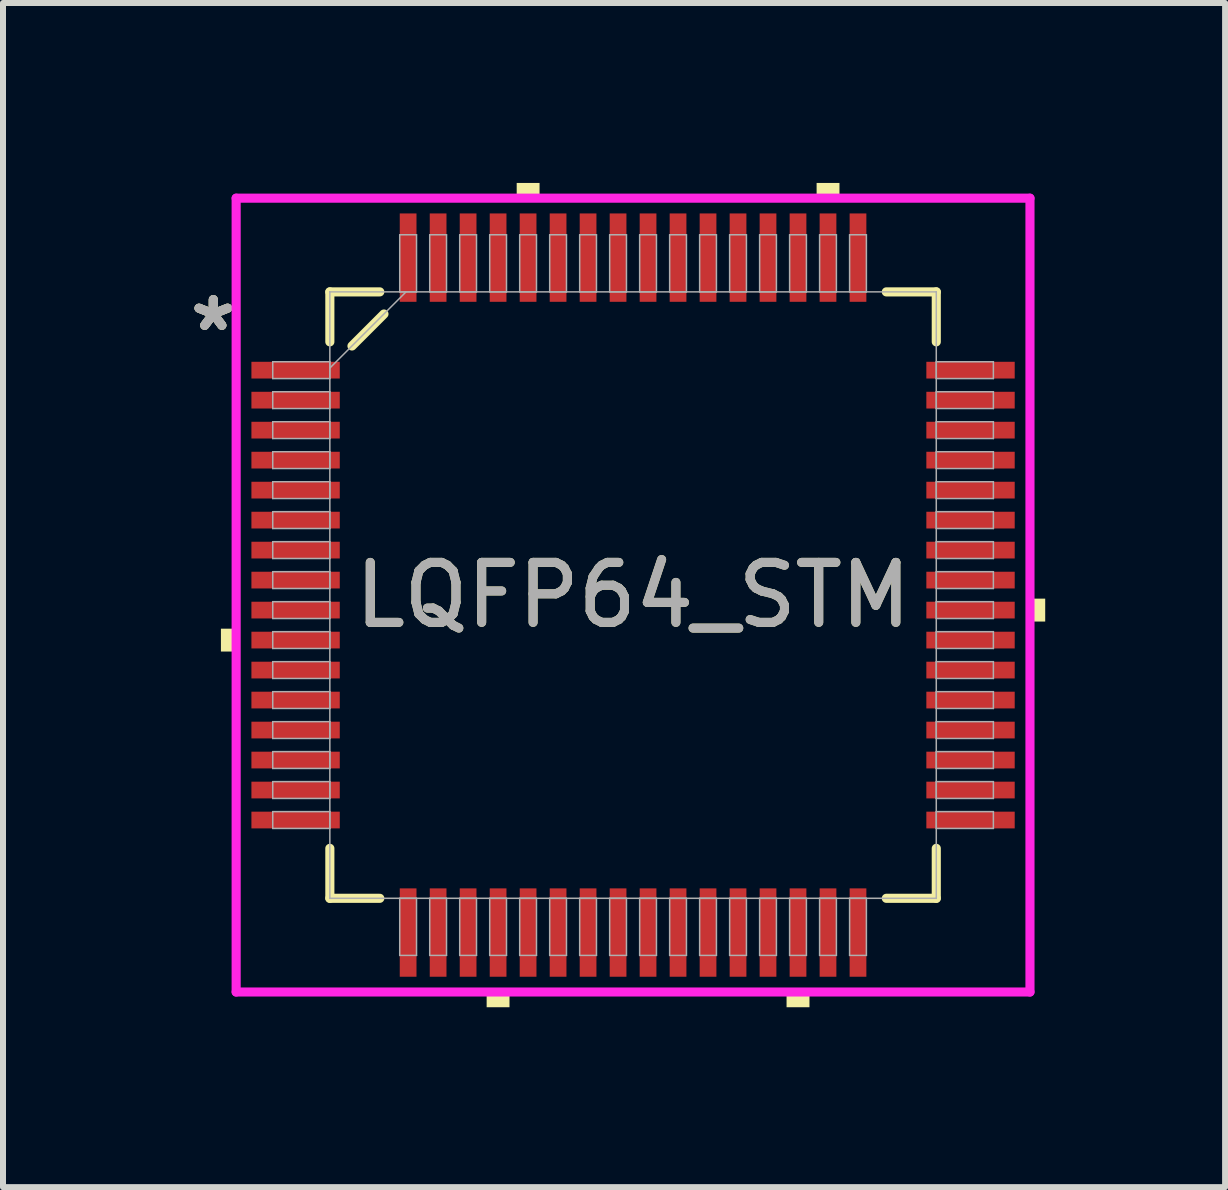
<source format=kicad_pcb>
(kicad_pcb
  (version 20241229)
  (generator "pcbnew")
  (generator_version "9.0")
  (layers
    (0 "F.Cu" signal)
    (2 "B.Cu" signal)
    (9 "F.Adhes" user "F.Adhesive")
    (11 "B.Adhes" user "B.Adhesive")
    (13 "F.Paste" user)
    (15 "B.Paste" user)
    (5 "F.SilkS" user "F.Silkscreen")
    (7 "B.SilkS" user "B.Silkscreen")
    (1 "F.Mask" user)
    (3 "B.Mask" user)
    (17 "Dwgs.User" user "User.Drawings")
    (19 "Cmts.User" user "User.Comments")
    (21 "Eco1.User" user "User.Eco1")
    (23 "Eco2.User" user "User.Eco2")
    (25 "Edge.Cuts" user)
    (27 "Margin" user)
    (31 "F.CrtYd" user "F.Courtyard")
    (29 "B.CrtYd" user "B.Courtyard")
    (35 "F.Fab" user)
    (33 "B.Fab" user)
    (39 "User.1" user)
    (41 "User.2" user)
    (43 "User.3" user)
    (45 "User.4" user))
  (footprint "LQFP64_STM"
    (layer "F.Cu")
    (at 7.504 6.871)
    (property "Reference" "LQFP64_STM" (at 0 0 0) (unlocked yes) (layer "F.SilkS") (effects (font (size 1 1) (thickness 0.15))))
    (attr smd)
    (fp_line (start -5.055 -5.055) (end -5.055 -4.222) (stroke (width 0.152) (type solid)) (layer "F.SilkS"))
    (fp_line (start -5.055 4.222) (end -5.055 5.055) (stroke (width 0.152) (type solid)) (layer "F.SilkS"))
    (fp_line (start -5.055 5.055) (end -4.222 5.055) (stroke (width 0.152) (type solid)) (layer "F.SilkS"))
    (fp_line (start -4.686 -4.153) (end -4.153 -4.686) (stroke (width 0.152) (type solid)) (layer "F.SilkS"))
    (fp_line (start -4.222 -5.055) (end -5.055 -5.055) (stroke (width 0.152) (type solid)) (layer "F.SilkS"))
    (fp_line (start 4.222 5.055) (end 5.055 5.055) (stroke (width 0.152) (type solid)) (layer "F.SilkS"))
    (fp_line (start 5.055 -5.055) (end 4.222 -5.055) (stroke (width 0.152) (type solid)) (layer "F.SilkS"))
    (fp_line (start 5.055 -4.222) (end 5.055 -5.055) (stroke (width 0.152) (type solid)) (layer "F.SilkS"))
    (fp_line (start 5.055 5.055) (end 5.055 4.222) (stroke (width 0.152) (type solid)) (layer "F.SilkS"))
    (fp_poly (pts (xy -6.871 0.56) (xy -6.871 0.941) (xy -6.617 0.941) (xy -6.617 0.56)) (stroke (width 0) (type solid)) (fill yes) (layer "F.SilkS"))
    (fp_poly (pts (xy -2.441 6.617) (xy -2.441 6.871) (xy -2.06 6.871) (xy -2.06 6.617)) (stroke (width 0) (type solid)) (fill yes) (layer "F.SilkS"))
    (fp_poly (pts (xy -1.94 -6.617) (xy -1.94 -6.871) (xy -1.559 -6.871) (xy -1.559 -6.617)) (stroke (width 0) (type solid)) (fill yes) (layer "F.SilkS"))
    (fp_poly (pts (xy 2.559 6.617) (xy 2.559 6.871) (xy 2.941 6.871) (xy 2.941 6.617)) (stroke (width 0) (type solid)) (fill yes) (layer "F.SilkS"))
    (fp_poly (pts (xy 3.06 -6.617) (xy 3.06 -6.871) (xy 3.441 -6.871) (xy 3.441 -6.617)) (stroke (width 0) (type solid)) (fill yes) (layer "F.SilkS"))
    (fp_poly (pts (xy 6.871 0.059) (xy 6.871 0.441) (xy 6.617 0.441) (xy 6.617 0.059)) (stroke (width 0) (type solid)) (fill yes) (layer "F.SilkS"))
    (fp_line (start -6.617 -6.617) (end 6.617 -6.617) (stroke (width 0.152) (type solid)) (layer "F.CrtYd"))
    (fp_line (start -6.617 6.617) (end -6.617 -6.617) (stroke (width 0.152) (type solid)) (layer "F.CrtYd"))
    (fp_line (start 6.617 -6.617) (end 6.617 6.617) (stroke (width 0.152) (type solid)) (layer "F.CrtYd"))
    (fp_line (start 6.617 6.617) (end -6.617 6.617) (stroke (width 0.152) (type solid)) (layer "F.CrtYd"))
    (fp_line (start -6.007 -3.89) (end -6.007 -3.61) (stroke (width 0.025) (type solid)) (layer "F.Fab"))
    (fp_line (start -6.007 -3.61) (end -5.055 -3.61) (stroke (width 0.025) (type solid)) (layer "F.Fab"))
    (fp_line (start -6.007 -3.39) (end -6.007 -3.11) (stroke (width 0.025) (type solid)) (layer "F.Fab"))
    (fp_line (start -6.007 -3.11) (end -5.055 -3.11) (stroke (width 0.025) (type solid)) (layer "F.Fab"))
    (fp_line (start -6.007 -2.89) (end -6.007 -2.61) (stroke (width 0.025) (type solid)) (layer "F.Fab"))
    (fp_line (start -6.007 -2.61) (end -5.055 -2.61) (stroke (width 0.025) (type solid)) (layer "F.Fab"))
    (fp_line (start -6.007 -2.39) (end -6.007 -2.11) (stroke (width 0.025) (type solid)) (layer "F.Fab"))
    (fp_line (start -6.007 -2.11) (end -5.055 -2.11) (stroke (width 0.025) (type solid)) (layer "F.Fab"))
    (fp_line (start -6.007 -1.89) (end -6.007 -1.61) (stroke (width 0.025) (type solid)) (layer "F.Fab"))
    (fp_line (start -6.007 -1.61) (end -5.055 -1.61) (stroke (width 0.025) (type solid)) (layer "F.Fab"))
    (fp_line (start -6.007 -1.39) (end -6.007 -1.11) (stroke (width 0.025) (type solid)) (layer "F.Fab"))
    (fp_line (start -6.007 -1.11) (end -5.055 -1.11) (stroke (width 0.025) (type solid)) (layer "F.Fab"))
    (fp_line (start -6.007 -0.89) (end -6.007 -0.61) (stroke (width 0.025) (type solid)) (layer "F.Fab"))
    (fp_line (start -6.007 -0.61) (end -5.055 -0.61) (stroke (width 0.025) (type solid)) (layer "F.Fab"))
    (fp_line (start -6.007 -0.39) (end -6.007 -0.11) (stroke (width 0.025) (type solid)) (layer "F.Fab"))
    (fp_line (start -6.007 -0.11) (end -5.055 -0.11) (stroke (width 0.025) (type solid)) (layer "F.Fab"))
    (fp_line (start -6.007 0.11) (end -6.007 0.39) (stroke (width 0.025) (type solid)) (layer "F.Fab"))
    (fp_line (start -6.007 0.39) (end -5.055 0.39) (stroke (width 0.025) (type solid)) (layer "F.Fab"))
    (fp_line (start -6.007 0.61) (end -6.007 0.89) (stroke (width 0.025) (type solid)) (layer "F.Fab"))
    (fp_line (start -6.007 0.89) (end -5.055 0.89) (stroke (width 0.025) (type solid)) (layer "F.Fab"))
    (fp_line (start -6.007 1.11) (end -6.007 1.39) (stroke (width 0.025) (type solid)) (layer "F.Fab"))
    (fp_line (start -6.007 1.39) (end -5.055 1.39) (stroke (width 0.025) (type solid)) (layer "F.Fab"))
    (fp_line (start -6.007 1.61) (end -6.007 1.89) (stroke (width 0.025) (type solid)) (layer "F.Fab"))
    (fp_line (start -6.007 1.89) (end -5.055 1.89) (stroke (width 0.025) (type solid)) (layer "F.Fab"))
    (fp_line (start -6.007 2.11) (end -6.007 2.39) (stroke (width 0.025) (type solid)) (layer "F.Fab"))
    (fp_line (start -6.007 2.39) (end -5.055 2.39) (stroke (width 0.025) (type solid)) (layer "F.Fab"))
    (fp_line (start -6.007 2.61) (end -6.007 2.89) (stroke (width 0.025) (type solid)) (layer "F.Fab"))
    (fp_line (start -6.007 2.89) (end -5.055 2.89) (stroke (width 0.025) (type solid)) (layer "F.Fab"))
    (fp_line (start -6.007 3.11) (end -6.007 3.39) (stroke (width 0.025) (type solid)) (layer "F.Fab"))
    (fp_line (start -6.007 3.39) (end -5.055 3.39) (stroke (width 0.025) (type solid)) (layer "F.Fab"))
    (fp_line (start -6.007 3.61) (end -6.007 3.89) (stroke (width 0.025) (type solid)) (layer "F.Fab"))
    (fp_line (start -6.007 3.89) (end -5.055 3.89) (stroke (width 0.025) (type solid)) (layer "F.Fab"))
    (fp_line (start -5.055 -5.055) (end -5.055 -5.055) (stroke (width 0.025) (type solid)) (layer "F.Fab"))
    (fp_line (start -5.055 -5.055) (end -5.055 5.055) (stroke (width 0.025) (type solid)) (layer "F.Fab"))
    (fp_line (start -5.055 -3.89) (end -6.007 -3.89) (stroke (width 0.025) (type solid)) (layer "F.Fab"))
    (fp_line (start -5.055 -3.785) (end -3.785 -5.055) (stroke (width 0.025) (type solid)) (layer "F.Fab"))
    (fp_line (start -5.055 -3.61) (end -5.055 -3.89) (stroke (width 0.025) (type solid)) (layer "F.Fab"))
    (fp_line (start -5.055 -3.39) (end -6.007 -3.39) (stroke (width 0.025) (type solid)) (layer "F.Fab"))
    (fp_line (start -5.055 -3.11) (end -5.055 -3.39) (stroke (width 0.025) (type solid)) (layer "F.Fab"))
    (fp_line (start -5.055 -2.89) (end -6.007 -2.89) (stroke (width 0.025) (type solid)) (layer "F.Fab"))
    (fp_line (start -5.055 -2.61) (end -5.055 -2.89) (stroke (width 0.025) (type solid)) (layer "F.Fab"))
    (fp_line (start -5.055 -2.39) (end -6.007 -2.39) (stroke (width 0.025) (type solid)) (layer "F.Fab"))
    (fp_line (start -5.055 -2.11) (end -5.055 -2.39) (stroke (width 0.025) (type solid)) (layer "F.Fab"))
    (fp_line (start -5.055 -1.89) (end -6.007 -1.89) (stroke (width 0.025) (type solid)) (layer "F.Fab"))
    (fp_line (start -5.055 -1.61) (end -5.055 -1.89) (stroke (width 0.025) (type solid)) (layer "F.Fab"))
    (fp_line (start -5.055 -1.39) (end -6.007 -1.39) (stroke (width 0.025) (type solid)) (layer "F.Fab"))
    (fp_line (start -5.055 -1.11) (end -5.055 -1.39) (stroke (width 0.025) (type solid)) (layer "F.Fab"))
    (fp_line (start -5.055 -0.89) (end -6.007 -0.89) (stroke (width 0.025) (type solid)) (layer "F.Fab"))
    (fp_line (start -5.055 -0.61) (end -5.055 -0.89) (stroke (width 0.025) (type solid)) (layer "F.Fab"))
    (fp_line (start -5.055 -0.39) (end -6.007 -0.39) (stroke (width 0.025) (type solid)) (layer "F.Fab"))
    (fp_line (start -5.055 -0.11) (end -5.055 -0.39) (stroke (width 0.025) (type solid)) (layer "F.Fab"))
    (fp_line (start -5.055 0.11) (end -6.007 0.11) (stroke (width 0.025) (type solid)) (layer "F.Fab"))
    (fp_line (start -5.055 0.39) (end -5.055 0.11) (stroke (width 0.025) (type solid)) (layer "F.Fab"))
    (fp_line (start -5.055 0.61) (end -6.007 0.61) (stroke (width 0.025) (type solid)) (layer "F.Fab"))
    (fp_line (start -5.055 0.89) (end -5.055 0.61) (stroke (width 0.025) (type solid)) (layer "F.Fab"))
    (fp_line (start -5.055 1.11) (end -6.007 1.11) (stroke (width 0.025) (type solid)) (layer "F.Fab"))
    (fp_line (start -5.055 1.39) (end -5.055 1.11) (stroke (width 0.025) (type solid)) (layer "F.Fab"))
    (fp_line (start -5.055 1.61) (end -6.007 1.61) (stroke (width 0.025) (type solid)) (layer "F.Fab"))
    (fp_line (start -5.055 1.89) (end -5.055 1.61) (stroke (width 0.025) (type solid)) (layer "F.Fab"))
    (fp_line (start -5.055 2.11) (end -6.007 2.11) (stroke (width 0.025) (type solid)) (layer "F.Fab"))
    (fp_line (start -5.055 2.39) (end -5.055 2.11) (stroke (width 0.025) (type solid)) (layer "F.Fab"))
    (fp_line (start -5.055 2.61) (end -6.007 2.61) (stroke (width 0.025) (type solid)) (layer "F.Fab"))
    (fp_line (start -5.055 2.89) (end -5.055 2.61) (stroke (width 0.025) (type solid)) (layer "F.Fab"))
    (fp_line (start -5.055 3.11) (end -6.007 3.11) (stroke (width 0.025) (type solid)) (layer "F.Fab"))
    (fp_line (start -5.055 3.39) (end -5.055 3.11) (stroke (width 0.025) (type solid)) (layer "F.Fab"))
    (fp_line (start -5.055 3.61) (end -6.007 3.61) (stroke (width 0.025) (type solid)) (layer "F.Fab"))
    (fp_line (start -5.055 3.89) (end -5.055 3.61) (stroke (width 0.025) (type solid)) (layer "F.Fab"))
    (fp_line (start -5.055 5.055) (end -5.055 5.055) (stroke (width 0.025) (type solid)) (layer "F.Fab"))
    (fp_line (start -5.055 5.055) (end 5.055 5.055) (stroke (width 0.025) (type solid)) (layer "F.Fab"))
    (fp_line (start -3.89 -6.007) (end -3.89 -5.055) (stroke (width 0.025) (type solid)) (layer "F.Fab"))
    (fp_line (start -3.89 -5.055) (end -3.61 -5.055) (stroke (width 0.025) (type solid)) (layer "F.Fab"))
    (fp_line (start -3.89 5.055) (end -3.89 6.007) (stroke (width 0.025) (type solid)) (layer "F.Fab"))
    (fp_line (start -3.89 6.007) (end -3.61 6.007) (stroke (width 0.025) (type solid)) (layer "F.Fab"))
    (fp_line (start -3.61 -6.007) (end -3.89 -6.007) (stroke (width 0.025) (type solid)) (layer "F.Fab"))
    (fp_line (start -3.61 -5.055) (end -3.61 -6.007) (stroke (width 0.025) (type solid)) (layer "F.Fab"))
    (fp_line (start -3.61 5.055) (end -3.89 5.055) (stroke (width 0.025) (type solid)) (layer "F.Fab"))
    (fp_line (start -3.61 6.007) (end -3.61 5.055) (stroke (width 0.025) (type solid)) (layer "F.Fab"))
    (fp_line (start -3.39 -6.007) (end -3.39 -5.055) (stroke (width 0.025) (type solid)) (layer "F.Fab"))
    (fp_line (start -3.39 -5.055) (end -3.11 -5.055) (stroke (width 0.025) (type solid)) (layer "F.Fab"))
    (fp_line (start -3.39 5.055) (end -3.39 6.007) (stroke (width 0.025) (type solid)) (layer "F.Fab"))
    (fp_line (start -3.39 6.007) (end -3.11 6.007) (stroke (width 0.025) (type solid)) (layer "F.Fab"))
    (fp_line (start -3.11 -6.007) (end -3.39 -6.007) (stroke (width 0.025) (type solid)) (layer "F.Fab"))
    (fp_line (start -3.11 -5.055) (end -3.11 -6.007) (stroke (width 0.025) (type solid)) (layer "F.Fab"))
    (fp_line (start -3.11 5.055) (end -3.39 5.055) (stroke (width 0.025) (type solid)) (layer "F.Fab"))
    (fp_line (start -3.11 6.007) (end -3.11 5.055) (stroke (width 0.025) (type solid)) (layer "F.Fab"))
    (fp_line (start -2.89 -6.007) (end -2.89 -5.055) (stroke (width 0.025) (type solid)) (layer "F.Fab"))
    (fp_line (start -2.89 -5.055) (end -2.61 -5.055) (stroke (width 0.025) (type solid)) (layer "F.Fab"))
    (fp_line (start -2.89 5.055) (end -2.89 6.007) (stroke (width 0.025) (type solid)) (layer "F.Fab"))
    (fp_line (start -2.89 6.007) (end -2.61 6.007) (stroke (width 0.025) (type solid)) (layer "F.Fab"))
    (fp_line (start -2.61 -6.007) (end -2.89 -6.007) (stroke (width 0.025) (type solid)) (layer "F.Fab"))
    (fp_line (start -2.61 -5.055) (end -2.61 -6.007) (stroke (width 0.025) (type solid)) (layer "F.Fab"))
    (fp_line (start -2.61 5.055) (end -2.89 5.055) (stroke (width 0.025) (type solid)) (layer "F.Fab"))
    (fp_line (start -2.61 6.007) (end -2.61 5.055) (stroke (width 0.025) (type solid)) (layer "F.Fab"))
    (fp_line (start -2.39 -6.007) (end -2.39 -5.055) (stroke (width 0.025) (type solid)) (layer "F.Fab"))
    (fp_line (start -2.39 -5.055) (end -2.11 -5.055) (stroke (width 0.025) (type solid)) (layer "F.Fab"))
    (fp_line (start -2.39 5.055) (end -2.39 6.007) (stroke (width 0.025) (type solid)) (layer "F.Fab"))
    (fp_line (start -2.39 6.007) (end -2.11 6.007) (stroke (width 0.025) (type solid)) (layer "F.Fab"))
    (fp_line (start -2.11 -6.007) (end -2.39 -6.007) (stroke (width 0.025) (type solid)) (layer "F.Fab"))
    (fp_line (start -2.11 -5.055) (end -2.11 -6.007) (stroke (width 0.025) (type solid)) (layer "F.Fab"))
    (fp_line (start -2.11 5.055) (end -2.39 5.055) (stroke (width 0.025) (type solid)) (layer "F.Fab"))
    (fp_line (start -2.11 6.007) (end -2.11 5.055) (stroke (width 0.025) (type solid)) (layer "F.Fab"))
    (fp_line (start -1.89 -6.007) (end -1.89 -5.055) (stroke (width 0.025) (type solid)) (layer "F.Fab"))
    (fp_line (start -1.89 -5.055) (end -1.61 -5.055) (stroke (width 0.025) (type solid)) (layer "F.Fab"))
    (fp_line (start -1.89 5.055) (end -1.89 6.007) (stroke (width 0.025) (type solid)) (layer "F.Fab"))
    (fp_line (start -1.89 6.007) (end -1.61 6.007) (stroke (width 0.025) (type solid)) (layer "F.Fab"))
    (fp_line (start -1.61 -6.007) (end -1.89 -6.007) (stroke (width 0.025) (type solid)) (layer "F.Fab"))
    (fp_line (start -1.61 -5.055) (end -1.61 -6.007) (stroke (width 0.025) (type solid)) (layer "F.Fab"))
    (fp_line (start -1.61 5.055) (end -1.89 5.055) (stroke (width 0.025) (type solid)) (layer "F.Fab"))
    (fp_line (start -1.61 6.007) (end -1.61 5.055) (stroke (width 0.025) (type solid)) (layer "F.Fab"))
    (fp_line (start -1.39 -6.007) (end -1.39 -5.055) (stroke (width 0.025) (type solid)) (layer "F.Fab"))
    (fp_line (start -1.39 -5.055) (end -1.11 -5.055) (stroke (width 0.025) (type solid)) (layer "F.Fab"))
    (fp_line (start -1.39 5.055) (end -1.39 6.007) (stroke (width 0.025) (type solid)) (layer "F.Fab"))
    (fp_line (start -1.39 6.007) (end -1.11 6.007) (stroke (width 0.025) (type solid)) (layer "F.Fab"))
    (fp_line (start -1.11 -6.007) (end -1.39 -6.007) (stroke (width 0.025) (type solid)) (layer "F.Fab"))
    (fp_line (start -1.11 -5.055) (end -1.11 -6.007) (stroke (width 0.025) (type solid)) (layer "F.Fab"))
    (fp_line (start -1.11 5.055) (end -1.39 5.055) (stroke (width 0.025) (type solid)) (layer "F.Fab"))
    (fp_line (start -1.11 6.007) (end -1.11 5.055) (stroke (width 0.025) (type solid)) (layer "F.Fab"))
    (fp_line (start -0.89 -6.007) (end -0.89 -5.055) (stroke (width 0.025) (type solid)) (layer "F.Fab"))
    (fp_line (start -0.89 -5.055) (end -0.61 -5.055) (stroke (width 0.025) (type solid)) (layer "F.Fab"))
    (fp_line (start -0.89 5.055) (end -0.89 6.007) (stroke (width 0.025) (type solid)) (layer "F.Fab"))
    (fp_line (start -0.89 6.007) (end -0.61 6.007) (stroke (width 0.025) (type solid)) (layer "F.Fab"))
    (fp_line (start -0.61 -6.007) (end -0.89 -6.007) (stroke (width 0.025) (type solid)) (layer "F.Fab"))
    (fp_line (start -0.61 -5.055) (end -0.61 -6.007) (stroke (width 0.025) (type solid)) (layer "F.Fab"))
    (fp_line (start -0.61 5.055) (end -0.89 5.055) (stroke (width 0.025) (type solid)) (layer "F.Fab"))
    (fp_line (start -0.61 6.007) (end -0.61 5.055) (stroke (width 0.025) (type solid)) (layer "F.Fab"))
    (fp_line (start -0.39 -6.007) (end -0.39 -5.055) (stroke (width 0.025) (type solid)) (layer "F.Fab"))
    (fp_line (start -0.39 -5.055) (end -0.11 -5.055) (stroke (width 0.025) (type solid)) (layer "F.Fab"))
    (fp_line (start -0.39 5.055) (end -0.39 6.007) (stroke (width 0.025) (type solid)) (layer "F.Fab"))
    (fp_line (start -0.39 6.007) (end -0.11 6.007) (stroke (width 0.025) (type solid)) (layer "F.Fab"))
    (fp_line (start -0.11 -6.007) (end -0.39 -6.007) (stroke (width 0.025) (type solid)) (layer "F.Fab"))
    (fp_line (start -0.11 -5.055) (end -0.11 -6.007) (stroke (width 0.025) (type solid)) (layer "F.Fab"))
    (fp_line (start -0.11 5.055) (end -0.39 5.055) (stroke (width 0.025) (type solid)) (layer "F.Fab"))
    (fp_line (start -0.11 6.007) (end -0.11 5.055) (stroke (width 0.025) (type solid)) (layer "F.Fab"))
    (fp_line (start 0.11 -6.007) (end 0.11 -5.055) (stroke (width 0.025) (type solid)) (layer "F.Fab"))
    (fp_line (start 0.11 -5.055) (end 0.39 -5.055) (stroke (width 0.025) (type solid)) (layer "F.Fab"))
    (fp_line (start 0.11 5.055) (end 0.11 6.007) (stroke (width 0.025) (type solid)) (layer "F.Fab"))
    (fp_line (start 0.11 6.007) (end 0.39 6.007) (stroke (width 0.025) (type solid)) (layer "F.Fab"))
    (fp_line (start 0.39 -6.007) (end 0.11 -6.007) (stroke (width 0.025) (type solid)) (layer "F.Fab"))
    (fp_line (start 0.39 -5.055) (end 0.39 -6.007) (stroke (width 0.025) (type solid)) (layer "F.Fab"))
    (fp_line (start 0.39 5.055) (end 0.11 5.055) (stroke (width 0.025) (type solid)) (layer "F.Fab"))
    (fp_line (start 0.39 6.007) (end 0.39 5.055) (stroke (width 0.025) (type solid)) (layer "F.Fab"))
    (fp_line (start 0.61 -6.007) (end 0.61 -5.055) (stroke (width 0.025) (type solid)) (layer "F.Fab"))
    (fp_line (start 0.61 -5.055) (end 0.89 -5.055) (stroke (width 0.025) (type solid)) (layer "F.Fab"))
    (fp_line (start 0.61 5.055) (end 0.61 6.007) (stroke (width 0.025) (type solid)) (layer "F.Fab"))
    (fp_line (start 0.61 6.007) (end 0.89 6.007) (stroke (width 0.025) (type solid)) (layer "F.Fab"))
    (fp_line (start 0.89 -6.007) (end 0.61 -6.007) (stroke (width 0.025) (type solid)) (layer "F.Fab"))
    (fp_line (start 0.89 -5.055) (end 0.89 -6.007) (stroke (width 0.025) (type solid)) (layer "F.Fab"))
    (fp_line (start 0.89 5.055) (end 0.61 5.055) (stroke (width 0.025) (type solid)) (layer "F.Fab"))
    (fp_line (start 0.89 6.007) (end 0.89 5.055) (stroke (width 0.025) (type solid)) (layer "F.Fab"))
    (fp_line (start 1.11 -6.007) (end 1.11 -5.055) (stroke (width 0.025) (type solid)) (layer "F.Fab"))
    (fp_line (start 1.11 -5.055) (end 1.39 -5.055) (stroke (width 0.025) (type solid)) (layer "F.Fab"))
    (fp_line (start 1.11 5.055) (end 1.11 6.007) (stroke (width 0.025) (type solid)) (layer "F.Fab"))
    (fp_line (start 1.11 6.007) (end 1.39 6.007) (stroke (width 0.025) (type solid)) (layer "F.Fab"))
    (fp_line (start 1.39 -6.007) (end 1.11 -6.007) (stroke (width 0.025) (type solid)) (layer "F.Fab"))
    (fp_line (start 1.39 -5.055) (end 1.39 -6.007) (stroke (width 0.025) (type solid)) (layer "F.Fab"))
    (fp_line (start 1.39 5.055) (end 1.11 5.055) (stroke (width 0.025) (type solid)) (layer "F.Fab"))
    (fp_line (start 1.39 6.007) (end 1.39 5.055) (stroke (width 0.025) (type solid)) (layer "F.Fab"))
    (fp_line (start 1.61 -6.007) (end 1.61 -5.055) (stroke (width 0.025) (type solid)) (layer "F.Fab"))
    (fp_line (start 1.61 -5.055) (end 1.89 -5.055) (stroke (width 0.025) (type solid)) (layer "F.Fab"))
    (fp_line (start 1.61 5.055) (end 1.61 6.007) (stroke (width 0.025) (type solid)) (layer "F.Fab"))
    (fp_line (start 1.61 6.007) (end 1.89 6.007) (stroke (width 0.025) (type solid)) (layer "F.Fab"))
    (fp_line (start 1.89 -6.007) (end 1.61 -6.007) (stroke (width 0.025) (type solid)) (layer "F.Fab"))
    (fp_line (start 1.89 -5.055) (end 1.89 -6.007) (stroke (width 0.025) (type solid)) (layer "F.Fab"))
    (fp_line (start 1.89 5.055) (end 1.61 5.055) (stroke (width 0.025) (type solid)) (layer "F.Fab"))
    (fp_line (start 1.89 6.007) (end 1.89 5.055) (stroke (width 0.025) (type solid)) (layer "F.Fab"))
    (fp_line (start 2.11 -6.007) (end 2.11 -5.055) (stroke (width 0.025) (type solid)) (layer "F.Fab"))
    (fp_line (start 2.11 -5.055) (end 2.39 -5.055) (stroke (width 0.025) (type solid)) (layer "F.Fab"))
    (fp_line (start 2.11 5.055) (end 2.11 6.007) (stroke (width 0.025) (type solid)) (layer "F.Fab"))
    (fp_line (start 2.11 6.007) (end 2.39 6.007) (stroke (width 0.025) (type solid)) (layer "F.Fab"))
    (fp_line (start 2.39 -6.007) (end 2.11 -6.007) (stroke (width 0.025) (type solid)) (layer "F.Fab"))
    (fp_line (start 2.39 -5.055) (end 2.39 -6.007) (stroke (width 0.025) (type solid)) (layer "F.Fab"))
    (fp_line (start 2.39 5.055) (end 2.11 5.055) (stroke (width 0.025) (type solid)) (layer "F.Fab"))
    (fp_line (start 2.39 6.007) (end 2.39 5.055) (stroke (width 0.025) (type solid)) (layer "F.Fab"))
    (fp_line (start 2.61 -6.007) (end 2.61 -5.055) (stroke (width 0.025) (type solid)) (layer "F.Fab"))
    (fp_line (start 2.61 -5.055) (end 2.89 -5.055) (stroke (width 0.025) (type solid)) (layer "F.Fab"))
    (fp_line (start 2.61 5.055) (end 2.61 6.007) (stroke (width 0.025) (type solid)) (layer "F.Fab"))
    (fp_line (start 2.61 6.007) (end 2.89 6.007) (stroke (width 0.025) (type solid)) (layer "F.Fab"))
    (fp_line (start 2.89 -6.007) (end 2.61 -6.007) (stroke (width 0.025) (type solid)) (layer "F.Fab"))
    (fp_line (start 2.89 -5.055) (end 2.89 -6.007) (stroke (width 0.025) (type solid)) (layer "F.Fab"))
    (fp_line (start 2.89 5.055) (end 2.61 5.055) (stroke (width 0.025) (type solid)) (layer "F.Fab"))
    (fp_line (start 2.89 6.007) (end 2.89 5.055) (stroke (width 0.025) (type solid)) (layer "F.Fab"))
    (fp_line (start 3.11 -6.007) (end 3.11 -5.055) (stroke (width 0.025) (type solid)) (layer "F.Fab"))
    (fp_line (start 3.11 -5.055) (end 3.39 -5.055) (stroke (width 0.025) (type solid)) (layer "F.Fab"))
    (fp_line (start 3.11 5.055) (end 3.11 6.007) (stroke (width 0.025) (type solid)) (layer "F.Fab"))
    (fp_line (start 3.11 6.007) (end 3.39 6.007) (stroke (width 0.025) (type solid)) (layer "F.Fab"))
    (fp_line (start 3.39 -6.007) (end 3.11 -6.007) (stroke (width 0.025) (type solid)) (layer "F.Fab"))
    (fp_line (start 3.39 -5.055) (end 3.39 -6.007) (stroke (width 0.025) (type solid)) (layer "F.Fab"))
    (fp_line (start 3.39 5.055) (end 3.11 5.055) (stroke (width 0.025) (type solid)) (layer "F.Fab"))
    (fp_line (start 3.39 6.007) (end 3.39 5.055) (stroke (width 0.025) (type solid)) (layer "F.Fab"))
    (fp_line (start 3.61 -6.007) (end 3.61 -5.055) (stroke (width 0.025) (type solid)) (layer "F.Fab"))
    (fp_line (start 3.61 -5.055) (end 3.89 -5.055) (stroke (width 0.025) (type solid)) (layer "F.Fab"))
    (fp_line (start 3.61 5.055) (end 3.61 6.007) (stroke (width 0.025) (type solid)) (layer "F.Fab"))
    (fp_line (start 3.61 6.007) (end 3.89 6.007) (stroke (width 0.025) (type solid)) (layer "F.Fab"))
    (fp_line (start 3.89 -6.007) (end 3.61 -6.007) (stroke (width 0.025) (type solid)) (layer "F.Fab"))
    (fp_line (start 3.89 -5.055) (end 3.89 -6.007) (stroke (width 0.025) (type solid)) (layer "F.Fab"))
    (fp_line (start 3.89 5.055) (end 3.61 5.055) (stroke (width 0.025) (type solid)) (layer "F.Fab"))
    (fp_line (start 3.89 6.007) (end 3.89 5.055) (stroke (width 0.025) (type solid)) (layer "F.Fab"))
    (fp_line (start 5.055 -5.055) (end -5.055 -5.055) (stroke (width 0.025) (type solid)) (layer "F.Fab"))
    (fp_line (start 5.055 -5.055) (end 5.055 -5.055) (stroke (width 0.025) (type solid)) (layer "F.Fab"))
    (fp_line (start 5.055 -3.89) (end 5.055 -3.61) (stroke (width 0.025) (type solid)) (layer "F.Fab"))
    (fp_line (start 5.055 -3.61) (end 6.007 -3.61) (stroke (width 0.025) (type solid)) (layer "F.Fab"))
    (fp_line (start 5.055 -3.39) (end 5.055 -3.11) (stroke (width 0.025) (type solid)) (layer "F.Fab"))
    (fp_line (start 5.055 -3.11) (end 6.007 -3.11) (stroke (width 0.025) (type solid)) (layer "F.Fab"))
    (fp_line (start 5.055 -2.89) (end 5.055 -2.61) (stroke (width 0.025) (type solid)) (layer "F.Fab"))
    (fp_line (start 5.055 -2.61) (end 6.007 -2.61) (stroke (width 0.025) (type solid)) (layer "F.Fab"))
    (fp_line (start 5.055 -2.39) (end 5.055 -2.11) (stroke (width 0.025) (type solid)) (layer "F.Fab"))
    (fp_line (start 5.055 -2.11) (end 6.007 -2.11) (stroke (width 0.025) (type solid)) (layer "F.Fab"))
    (fp_line (start 5.055 -1.89) (end 5.055 -1.61) (stroke (width 0.025) (type solid)) (layer "F.Fab"))
    (fp_line (start 5.055 -1.61) (end 6.007 -1.61) (stroke (width 0.025) (type solid)) (layer "F.Fab"))
    (fp_line (start 5.055 -1.39) (end 5.055 -1.11) (stroke (width 0.025) (type solid)) (layer "F.Fab"))
    (fp_line (start 5.055 -1.11) (end 6.007 -1.11) (stroke (width 0.025) (type solid)) (layer "F.Fab"))
    (fp_line (start 5.055 -0.89) (end 5.055 -0.61) (stroke (width 0.025) (type solid)) (layer "F.Fab"))
    (fp_line (start 5.055 -0.61) (end 6.007 -0.61) (stroke (width 0.025) (type solid)) (layer "F.Fab"))
    (fp_line (start 5.055 -0.39) (end 5.055 -0.11) (stroke (width 0.025) (type solid)) (layer "F.Fab"))
    (fp_line (start 5.055 -0.11) (end 6.007 -0.11) (stroke (width 0.025) (type solid)) (layer "F.Fab"))
    (fp_line (start 5.055 0.11) (end 5.055 0.39) (stroke (width 0.025) (type solid)) (layer "F.Fab"))
    (fp_line (start 5.055 0.39) (end 6.007 0.39) (stroke (width 0.025) (type solid)) (layer "F.Fab"))
    (fp_line (start 5.055 0.61) (end 5.055 0.89) (stroke (width 0.025) (type solid)) (layer "F.Fab"))
    (fp_line (start 5.055 0.89) (end 6.007 0.89) (stroke (width 0.025) (type solid)) (layer "F.Fab"))
    (fp_line (start 5.055 1.11) (end 5.055 1.39) (stroke (width 0.025) (type solid)) (layer "F.Fab"))
    (fp_line (start 5.055 1.39) (end 6.007 1.39) (stroke (width 0.025) (type solid)) (layer "F.Fab"))
    (fp_line (start 5.055 1.61) (end 5.055 1.89) (stroke (width 0.025) (type solid)) (layer "F.Fab"))
    (fp_line (start 5.055 1.89) (end 6.007 1.89) (stroke (width 0.025) (type solid)) (layer "F.Fab"))
    (fp_line (start 5.055 2.11) (end 5.055 2.39) (stroke (width 0.025) (type solid)) (layer "F.Fab"))
    (fp_line (start 5.055 2.39) (end 6.007 2.39) (stroke (width 0.025) (type solid)) (layer "F.Fab"))
    (fp_line (start 5.055 2.61) (end 5.055 2.89) (stroke (width 0.025) (type solid)) (layer "F.Fab"))
    (fp_line (start 5.055 2.89) (end 6.007 2.89) (stroke (width 0.025) (type solid)) (layer "F.Fab"))
    (fp_line (start 5.055 3.11) (end 5.055 3.39) (stroke (width 0.025) (type solid)) (layer "F.Fab"))
    (fp_line (start 5.055 3.39) (end 6.007 3.39) (stroke (width 0.025) (type solid)) (layer "F.Fab"))
    (fp_line (start 5.055 3.61) (end 5.055 3.89) (stroke (width 0.025) (type solid)) (layer "F.Fab"))
    (fp_line (start 5.055 3.89) (end 6.007 3.89) (stroke (width 0.025) (type solid)) (layer "F.Fab"))
    (fp_line (start 5.055 5.055) (end 5.055 -5.055) (stroke (width 0.025) (type solid)) (layer "F.Fab"))
    (fp_line (start 5.055 5.055) (end 5.055 5.055) (stroke (width 0.025) (type solid)) (layer "F.Fab"))
    (fp_line (start 6.007 -3.89) (end 5.055 -3.89) (stroke (width 0.025) (type solid)) (layer "F.Fab"))
    (fp_line (start 6.007 -3.61) (end 6.007 -3.89) (stroke (width 0.025) (type solid)) (layer "F.Fab"))
    (fp_line (start 6.007 -3.39) (end 5.055 -3.39) (stroke (width 0.025) (type solid)) (layer "F.Fab"))
    (fp_line (start 6.007 -3.11) (end 6.007 -3.39) (stroke (width 0.025) (type solid)) (layer "F.Fab"))
    (fp_line (start 6.007 -2.89) (end 5.055 -2.89) (stroke (width 0.025) (type solid)) (layer "F.Fab"))
    (fp_line (start 6.007 -2.61) (end 6.007 -2.89) (stroke (width 0.025) (type solid)) (layer "F.Fab"))
    (fp_line (start 6.007 -2.39) (end 5.055 -2.39) (stroke (width 0.025) (type solid)) (layer "F.Fab"))
    (fp_line (start 6.007 -2.11) (end 6.007 -2.39) (stroke (width 0.025) (type solid)) (layer "F.Fab"))
    (fp_line (start 6.007 -1.89) (end 5.055 -1.89) (stroke (width 0.025) (type solid)) (layer "F.Fab"))
    (fp_line (start 6.007 -1.61) (end 6.007 -1.89) (stroke (width 0.025) (type solid)) (layer "F.Fab"))
    (fp_line (start 6.007 -1.39) (end 5.055 -1.39) (stroke (width 0.025) (type solid)) (layer "F.Fab"))
    (fp_line (start 6.007 -1.11) (end 6.007 -1.39) (stroke (width 0.025) (type solid)) (layer "F.Fab"))
    (fp_line (start 6.007 -0.89) (end 5.055 -0.89) (stroke (width 0.025) (type solid)) (layer "F.Fab"))
    (fp_line (start 6.007 -0.61) (end 6.007 -0.89) (stroke (width 0.025) (type solid)) (layer "F.Fab"))
    (fp_line (start 6.007 -0.39) (end 5.055 -0.39) (stroke (width 0.025) (type solid)) (layer "F.Fab"))
    (fp_line (start 6.007 -0.11) (end 6.007 -0.39) (stroke (width 0.025) (type solid)) (layer "F.Fab"))
    (fp_line (start 6.007 0.11) (end 5.055 0.11) (stroke (width 0.025) (type solid)) (layer "F.Fab"))
    (fp_line (start 6.007 0.39) (end 6.007 0.11) (stroke (width 0.025) (type solid)) (layer "F.Fab"))
    (fp_line (start 6.007 0.61) (end 5.055 0.61) (stroke (width 0.025) (type solid)) (layer "F.Fab"))
    (fp_line (start 6.007 0.89) (end 6.007 0.61) (stroke (width 0.025) (type solid)) (layer "F.Fab"))
    (fp_line (start 6.007 1.11) (end 5.055 1.11) (stroke (width 0.025) (type solid)) (layer "F.Fab"))
    (fp_line (start 6.007 1.39) (end 6.007 1.11) (stroke (width 0.025) (type solid)) (layer "F.Fab"))
    (fp_line (start 6.007 1.61) (end 5.055 1.61) (stroke (width 0.025) (type solid)) (layer "F.Fab"))
    (fp_line (start 6.007 1.89) (end 6.007 1.61) (stroke (width 0.025) (type solid)) (layer "F.Fab"))
    (fp_line (start 6.007 2.11) (end 5.055 2.11) (stroke (width 0.025) (type solid)) (layer "F.Fab"))
    (fp_line (start 6.007 2.39) (end 6.007 2.11) (stroke (width 0.025) (type solid)) (layer "F.Fab"))
    (fp_line (start 6.007 2.61) (end 5.055 2.61) (stroke (width 0.025) (type solid)) (layer "F.Fab"))
    (fp_line (start 6.007 2.89) (end 6.007 2.61) (stroke (width 0.025) (type solid)) (layer "F.Fab"))
    (fp_line (start 6.007 3.11) (end 5.055 3.11) (stroke (width 0.025) (type solid)) (layer "F.Fab"))
    (fp_line (start 6.007 3.39) (end 6.007 3.11) (stroke (width 0.025) (type solid)) (layer "F.Fab"))
    (fp_line (start 6.007 3.61) (end 5.055 3.61) (stroke (width 0.025) (type solid)) (layer "F.Fab"))
    (fp_line (start 6.007 3.89) (end 6.007 3.61) (stroke (width 0.025) (type solid)) (layer "F.Fab"))
    (fp_text user "*" (at -6.998 -4.381 0) (layer "F.SilkS") (effects (font (size 1 1) (thickness 0.15))))
    (fp_text user "*" (at -6.998 -4.381 0) (unlocked yes) (layer "F.SilkS") (effects (font (size 1 1) (thickness 0.15))))
    (fp_text user "${REFERENCE}" (at 0 0 0) (unlocked yes) (layer "F.Fab") (effects (font (size 1 1) (thickness 0.15))))
    (fp_text user "*" (at -6.998 -4.381 0) (unlocked yes) (layer "F.Fab") (effects (font (size 1 1) (thickness 0.15))))
    (fp_text user "*" (at -6.998 -4.381 0) (layer "F.Fab") (effects (font (size 1 1) (thickness 0.15))))
    (pad "1" smd rect (at -5.626 -3.75 90) (size 0.279 1.473) (layers "F.Cu" "F.Mask" "F.Paste"))
    (pad "2" smd rect (at -5.626 -3.25 90) (size 0.279 1.473) (layers "F.Cu" "F.Mask" "F.Paste"))
    (pad "3" smd rect (at -5.626 -2.75 90) (size 0.279 1.473) (layers "F.Cu" "F.Mask" "F.Paste"))
    (pad "4" smd rect (at -5.626 -2.25 90) (size 0.279 1.473) (layers "F.Cu" "F.Mask" "F.Paste"))
    (pad "5" smd rect (at -5.626 -1.75 90) (size 0.279 1.473) (layers "F.Cu" "F.Mask" "F.Paste"))
    (pad "6" smd rect (at -5.626 -1.25 90) (size 0.279 1.473) (layers "F.Cu" "F.Mask" "F.Paste"))
    (pad "7" smd rect (at -5.626 -0.75 90) (size 0.279 1.473) (layers "F.Cu" "F.Mask" "F.Paste"))
    (pad "8" smd rect (at -5.626 -0.25 90) (size 0.279 1.473) (layers "F.Cu" "F.Mask" "F.Paste"))
    (pad "9" smd rect (at -5.626 0.25 90) (size 0.279 1.473) (layers "F.Cu" "F.Mask" "F.Paste"))
    (pad "10" smd rect (at -5.626 0.75 90) (size 0.279 1.473) (layers "F.Cu" "F.Mask" "F.Paste"))
    (pad "11" smd rect (at -5.626 1.25 90) (size 0.279 1.473) (layers "F.Cu" "F.Mask" "F.Paste"))
    (pad "12" smd rect (at -5.626 1.75 90) (size 0.279 1.473) (layers "F.Cu" "F.Mask" "F.Paste"))
    (pad "13" smd rect (at -5.626 2.25 90) (size 0.279 1.473) (layers "F.Cu" "F.Mask" "F.Paste"))
    (pad "14" smd rect (at -5.626 2.75 90) (size 0.279 1.473) (layers "F.Cu" "F.Mask" "F.Paste"))
    (pad "15" smd rect (at -5.626 3.25 90) (size 0.279 1.473) (layers "F.Cu" "F.Mask" "F.Paste"))
    (pad "16" smd rect (at -5.626 3.75 90) (size 0.279 1.473) (layers "F.Cu" "F.Mask" "F.Paste"))
    (pad "17" smd rect (at -3.75 5.626) (size 0.279 1.473) (layers "F.Cu" "F.Mask" "F.Paste"))
    (pad "18" smd rect (at -3.25 5.626) (size 0.279 1.473) (layers "F.Cu" "F.Mask" "F.Paste"))
    (pad "19" smd rect (at -2.75 5.626) (size 0.279 1.473) (layers "F.Cu" "F.Mask" "F.Paste"))
    (pad "20" smd rect (at -2.25 5.626) (size 0.279 1.473) (layers "F.Cu" "F.Mask" "F.Paste"))
    (pad "21" smd rect (at -1.75 5.626) (size 0.279 1.473) (layers "F.Cu" "F.Mask" "F.Paste"))
    (pad "22" smd rect (at -1.25 5.626) (size 0.279 1.473) (layers "F.Cu" "F.Mask" "F.Paste"))
    (pad "23" smd rect (at -0.75 5.626) (size 0.279 1.473) (layers "F.Cu" "F.Mask" "F.Paste"))
    (pad "24" smd rect (at -0.25 5.626) (size 0.279 1.473) (layers "F.Cu" "F.Mask" "F.Paste"))
    (pad "25" smd rect (at 0.25 5.626) (size 0.279 1.473) (layers "F.Cu" "F.Mask" "F.Paste"))
    (pad "26" smd rect (at 0.75 5.626) (size 0.279 1.473) (layers "F.Cu" "F.Mask" "F.Paste"))
    (pad "27" smd rect (at 1.25 5.626) (size 0.279 1.473) (layers "F.Cu" "F.Mask" "F.Paste"))
    (pad "28" smd rect (at 1.75 5.626) (size 0.279 1.473) (layers "F.Cu" "F.Mask" "F.Paste"))
    (pad "29" smd rect (at 2.25 5.626) (size 0.279 1.473) (layers "F.Cu" "F.Mask" "F.Paste"))
    (pad "30" smd rect (at 2.75 5.626) (size 0.279 1.473) (layers "F.Cu" "F.Mask" "F.Paste"))
    (pad "31" smd rect (at 3.25 5.626) (size 0.279 1.473) (layers "F.Cu" "F.Mask" "F.Paste"))
    (pad "32" smd rect (at 3.75 5.626) (size 0.279 1.473) (layers "F.Cu" "F.Mask" "F.Paste"))
    (pad "33" smd rect (at 5.626 3.75 90) (size 0.279 1.473) (layers "F.Cu" "F.Mask" "F.Paste"))
    (pad "34" smd rect (at 5.626 3.25 90) (size 0.279 1.473) (layers "F.Cu" "F.Mask" "F.Paste"))
    (pad "35" smd rect (at 5.626 2.75 90) (size 0.279 1.473) (layers "F.Cu" "F.Mask" "F.Paste"))
    (pad "36" smd rect (at 5.626 2.25 90) (size 0.279 1.473) (layers "F.Cu" "F.Mask" "F.Paste"))
    (pad "37" smd rect (at 5.626 1.75 90) (size 0.279 1.473) (layers "F.Cu" "F.Mask" "F.Paste"))
    (pad "38" smd rect (at 5.626 1.25 90) (size 0.279 1.473) (layers "F.Cu" "F.Mask" "F.Paste"))
    (pad "39" smd rect (at 5.626 0.75 90) (size 0.279 1.473) (layers "F.Cu" "F.Mask" "F.Paste"))
    (pad "40" smd rect (at 5.626 0.25 90) (size 0.279 1.473) (layers "F.Cu" "F.Mask" "F.Paste"))
    (pad "41" smd rect (at 5.626 -0.25 90) (size 0.279 1.473) (layers "F.Cu" "F.Mask" "F.Paste"))
    (pad "42" smd rect (at 5.626 -0.75 90) (size 0.279 1.473) (layers "F.Cu" "F.Mask" "F.Paste"))
    (pad "43" smd rect (at 5.626 -1.25 90) (size 0.279 1.473) (layers "F.Cu" "F.Mask" "F.Paste"))
    (pad "44" smd rect (at 5.626 -1.75 90) (size 0.279 1.473) (layers "F.Cu" "F.Mask" "F.Paste"))
    (pad "45" smd rect (at 5.626 -2.25 90) (size 0.279 1.473) (layers "F.Cu" "F.Mask" "F.Paste"))
    (pad "46" smd rect (at 5.626 -2.75 90) (size 0.279 1.473) (layers "F.Cu" "F.Mask" "F.Paste"))
    (pad "47" smd rect (at 5.626 -3.25 90) (size 0.279 1.473) (layers "F.Cu" "F.Mask" "F.Paste"))
    (pad "48" smd rect (at 5.626 -3.75 90) (size 0.279 1.473) (layers "F.Cu" "F.Mask" "F.Paste"))
    (pad "49" smd rect (at 3.75 -5.626) (size 0.279 1.473) (layers "F.Cu" "F.Mask" "F.Paste"))
    (pad "50" smd rect (at 3.25 -5.626) (size 0.279 1.473) (layers "F.Cu" "F.Mask" "F.Paste"))
    (pad "51" smd rect (at 2.75 -5.626) (size 0.279 1.473) (layers "F.Cu" "F.Mask" "F.Paste"))
    (pad "52" smd rect (at 2.25 -5.626) (size 0.279 1.473) (layers "F.Cu" "F.Mask" "F.Paste"))
    (pad "53" smd rect (at 1.75 -5.626) (size 0.279 1.473) (layers "F.Cu" "F.Mask" "F.Paste"))
    (pad "54" smd rect (at 1.25 -5.626) (size 0.279 1.473) (layers "F.Cu" "F.Mask" "F.Paste"))
    (pad "55" smd rect (at 0.75 -5.626) (size 0.279 1.473) (layers "F.Cu" "F.Mask" "F.Paste"))
    (pad "56" smd rect (at 0.25 -5.626) (size 0.279 1.473) (layers "F.Cu" "F.Mask" "F.Paste"))
    (pad "57" smd rect (at -0.25 -5.626) (size 0.279 1.473) (layers "F.Cu" "F.Mask" "F.Paste"))
    (pad "58" smd rect (at -0.75 -5.626) (size 0.279 1.473) (layers "F.Cu" "F.Mask" "F.Paste"))
    (pad "59" smd rect (at -1.25 -5.626) (size 0.279 1.473) (layers "F.Cu" "F.Mask" "F.Paste"))
    (pad "60" smd rect (at -1.75 -5.626) (size 0.279 1.473) (layers "F.Cu" "F.Mask" "F.Paste"))
    (pad "61" smd rect (at -2.25 -5.626) (size 0.279 1.473) (layers "F.Cu" "F.Mask" "F.Paste"))
    (pad "62" smd rect (at -2.75 -5.626) (size 0.279 1.473) (layers "F.Cu" "F.Mask" "F.Paste"))
    (pad "63" smd rect (at -3.25 -5.626) (size 0.279 1.473) (layers "F.Cu" "F.Mask" "F.Paste"))
    (pad "64" smd rect (at -3.75 -5.626) (size 0.279 1.473) (layers "F.Cu" "F.Mask" "F.Paste")))
  (gr_rect
    (start -3 -3)
    (end 17.374 16.741)
    (stroke (width 0.1) (type default))
    (fill no)
    (layer "Edge.Cuts")))
</source>
